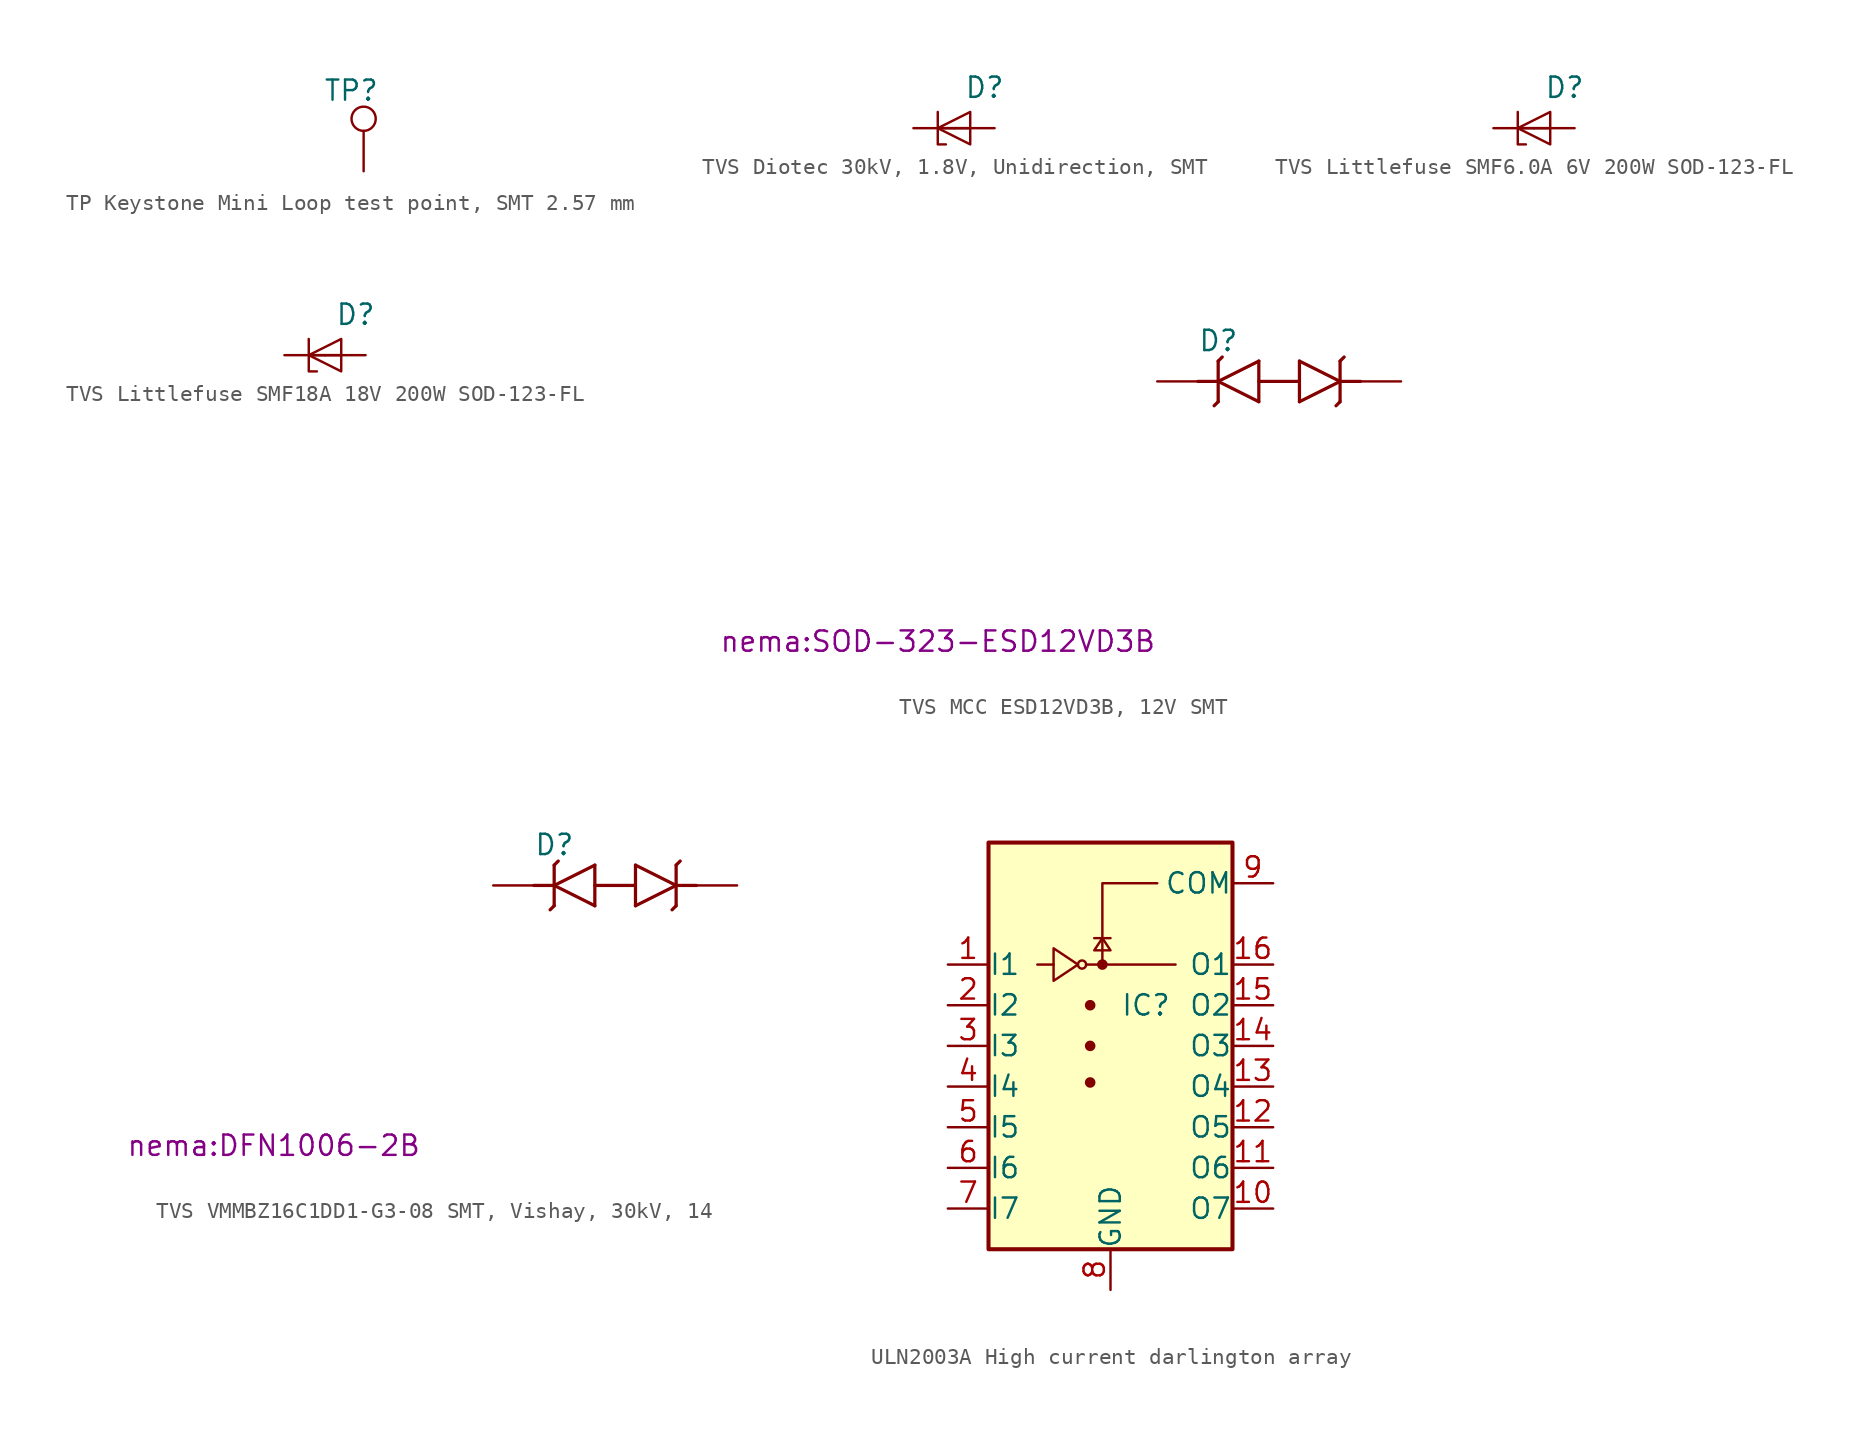
<source format=kicad_sym>
(kicad_symbol_lib
  (version 20241209)
  (generator "kicad_symbol_editor")
  (generator_version "9.0")
  (symbol "TP Keystone Mini Loop test point, SMT 2.57 mm"
    (pin_numbers
      (hide yes))
    (pin_names
      (offset 0)
      (hide yes))
    (property "Reference" "TP"
      (at -2.54 5.08 0)
      (effects (font (size 1.27 1.27)) (justify left)))
    (symbol "TP Keystone Mini Loop test point, SMT 2.57 mm_0_1"
      (circle (center 0 3.302) (radius 0.762) (stroke (width 0) (type default)) (fill (type none))))
    (symbol "TP Keystone Mini Loop test point, SMT 2.57 mm_1_1"
      (pin passive line (at 0 0 90) (length 2.54) (name "1" (effects (font (size 1.27 1.27)))) (number "1" (effects (font (size 1.27 1.27)))))))
  (symbol "TVS Diotec 30kV, 1.8V, Unidirection, SMT"
    (pin_numbers
      (hide yes))
    (pin_names
      (offset 0)
      (hide yes))
    (property "Reference" "D"
      (at 0.635 2.54 0)
      (effects (font (size 1.27 1.27)) (justify left)))
    (symbol "TVS Diotec 30kV, 1.8V, Unidirection, SMT_0_1"
      (polyline (pts (xy -1.016 1.016) (xy -1.016 -1.016) (xy -0.508 -1.016)) (stroke (width 0) (type default)) (fill (type none)))
      (polyline (pts (xy -1.016 0) (xy 1.016 0)) (stroke (width 0) (type default)) (fill (type none)))
      (polyline (pts (xy 1.016 1.016) (xy -1.016 0) (xy 1.016 -1.016) (xy 1.016 1.016)) (stroke (width 0) (type default)) (fill (type none))))
    (symbol "TVS Diotec 30kV, 1.8V, Unidirection, SMT_1_1"
      (pin passive line (at -2.54 0 0) (length 2.54) (name "C" (effects (font (size 1.27 1.27)))) (number "1" (effects (font (size 1.27 1.27)))))
      (pin passive line (at 2.54 0 180) (length 2.54) (name "A" (effects (font (size 1.27 1.27)))) (number "2" (effects (font (size 1.27 1.27)))))))
  (symbol "TVS Littlefuse SMF6.0A 6V 200W SOD-123-FL"
    (pin_numbers
      (hide yes))
    (pin_names
      (offset 0)
      (hide yes))
    (property "Reference" "D"
      (at 0.635 2.54 0)
      (effects (font (size 1.27 1.27)) (justify left)))
    (symbol "TVS Littlefuse SMF6.0A 6V 200W SOD-123-FL_0_1"
      (polyline (pts (xy -1.016 1.016) (xy -1.016 -1.016) (xy -0.508 -1.016)) (stroke (width 0) (type default)) (fill (type none)))
      (polyline (pts (xy -1.016 0) (xy 1.016 0)) (stroke (width 0) (type default)) (fill (type none)))
      (polyline (pts (xy 1.016 1.016) (xy -1.016 0) (xy 1.016 -1.016) (xy 1.016 1.016)) (stroke (width 0) (type default)) (fill (type none))))
    (symbol "TVS Littlefuse SMF6.0A 6V 200W SOD-123-FL_1_1"
      (pin passive line (at -2.54 0 0) (length 2.54) (name "C" (effects (font (size 1.27 1.27)))) (number "1" (effects (font (size 1.27 1.27)))))
      (pin passive line (at 2.54 0 180) (length 2.54) (name "A" (effects (font (size 1.27 1.27)))) (number "2" (effects (font (size 1.27 1.27)))))))
  (symbol "TVS Littlefuse SMF18A 18V 200W SOD-123-FL"
    (pin_numbers
      (hide yes))
    (pin_names
      (offset 0)
      (hide yes))
    (property "Reference" "D"
      (at 0.635 2.54 0)
      (effects (font (size 1.27 1.27)) (justify left)))
    (symbol "TVS Littlefuse SMF18A 18V 200W SOD-123-FL_0_1"
      (polyline (pts (xy -1.016 1.016) (xy -1.016 -1.016) (xy -0.508 -1.016)) (stroke (width 0) (type default)) (fill (type none)))
      (polyline (pts (xy -1.016 0) (xy 1.016 0)) (stroke (width 0) (type default)) (fill (type none)))
      (polyline (pts (xy 1.016 1.016) (xy -1.016 0) (xy 1.016 -1.016) (xy 1.016 1.016)) (stroke (width 0) (type default)) (fill (type none))))
    (symbol "TVS Littlefuse SMF18A 18V 200W SOD-123-FL_1_1"
      (pin passive line (at -2.54 0 0) (length 2.54) (name "C" (effects (font (size 1.27 1.27)))) (number "1" (effects (font (size 1.27 1.27)))))
      (pin passive line (at 2.54 0 180) (length 2.54) (name "A" (effects (font (size 1.27 1.27)))) (number "2" (effects (font (size 1.27 1.27)))))))
  (symbol "TVS MCC ESD12VD3B, 12V SMT"
    (pin_numbers
      (hide yes))
    (pin_names
      (offset 0)
      (hide yes))
    (property "Reference" "D"
      (at -5.08 2.54 0)
      (effects (font (size 1.27 1.27)) (justify left)))
    (property "Footprint" "nema:SOD-323-ESD12VD3B"
      (at -21.336 -16.256 0)
      (effects (font (size 1.27 1.27))))
    (symbol "TVS MCC ESD12VD3B, 12V SMT_1_1"
      (polyline (pts (xy -5.08 0) (xy -3.81 0)) (stroke (width 0.203) (type default)) (fill (type none)))
      (polyline (pts (xy -3.81 1.27) (xy -3.81 -1.27)) (stroke (width 0.203) (type default)) (fill (type none)))
      (polyline (pts (xy -3.81 1.27) (xy -3.556 1.524)) (stroke (width 0.203) (type default)) (fill (type none)))
      (polyline (pts (xy -3.81 0) (xy -1.27 -1.27)) (stroke (width 0.203) (type default)) (fill (type none)))
      (polyline (pts (xy -3.81 -1.27) (xy -4.064 -1.524)) (stroke (width 0.203) (type default)) (fill (type none)))
      (polyline (pts (xy -1.27 1.27) (xy -3.81 0)) (stroke (width 0.203) (type default)) (fill (type none)))
      (polyline (pts (xy -1.27 -1.27) (xy -1.27 1.27)) (stroke (width 0.203) (type default)) (fill (type none)))
      (polyline (pts (xy 1.27 1.27) (xy 1.27 -1.27)) (stroke (width 0.203) (type default)) (fill (type none)))
      (polyline (pts (xy 1.27 0) (xy -1.27 0)) (stroke (width 0.203) (type default)) (fill (type none)))
      (polyline (pts (xy 1.27 -1.27) (xy 3.81 0)) (stroke (width 0.203) (type default)) (fill (type none)))
      (polyline (pts (xy 3.81 1.27) (xy 4.064 1.524)) (stroke (width 0.203) (type default)) (fill (type none)))
      (polyline (pts (xy 3.81 0) (xy 1.27 1.27)) (stroke (width 0.203) (type default)) (fill (type none)))
      (polyline (pts (xy 3.81 0) (xy 5.08 0)) (stroke (width 0.203) (type default)) (fill (type none)))
      (polyline (pts (xy 3.81 -1.27) (xy 3.556 -1.524)) (stroke (width 0.203) (type default)) (fill (type none)))
      (polyline (pts (xy 3.81 -1.27) (xy 3.81 1.27)) (stroke (width 0.203) (type default)) (fill (type none)))
      (pin passive line (at -7.62 0 0) (length 2.54) (name "1" (effects (font (size 1.27 1.27)))) (number "1" (effects (font (size 1.27 1.27)))))
      (pin passive line (at 7.62 0 180) (length 2.54) (name "2" (effects (font (size 1.27 1.27)))) (number "2" (effects (font (size 1.27 1.27)))))))
  (symbol "TVS VMMBZ16C1DD1-G3-08 SMT, Vishay, 30kV, 14"
    (pin_numbers
      (hide yes))
    (pin_names
      (offset 0)
      (hide yes))
    (property "Reference" "D"
      (at -5.08 2.54 0)
      (effects (font (size 1.27 1.27)) (justify left)))
    (property "Footprint" "nema:DFN1006-2B"
      (at -21.336 -16.256 0)
      (effects (font (size 1.27 1.27))))
    (symbol "TVS VMMBZ16C1DD1-G3-08 SMT, Vishay, 30kV, 14_1_1"
      (polyline (pts (xy -5.08 0) (xy -3.81 0)) (stroke (width 0.203) (type default)) (fill (type none)))
      (polyline (pts (xy -3.81 1.27) (xy -3.81 -1.27)) (stroke (width 0.203) (type default)) (fill (type none)))
      (polyline (pts (xy -3.81 1.27) (xy -3.556 1.524)) (stroke (width 0.203) (type default)) (fill (type none)))
      (polyline (pts (xy -3.81 0) (xy -1.27 -1.27)) (stroke (width 0.203) (type default)) (fill (type none)))
      (polyline (pts (xy -3.81 -1.27) (xy -4.064 -1.524)) (stroke (width 0.203) (type default)) (fill (type none)))
      (polyline (pts (xy -1.27 1.27) (xy -3.81 0)) (stroke (width 0.203) (type default)) (fill (type none)))
      (polyline (pts (xy -1.27 -1.27) (xy -1.27 1.27)) (stroke (width 0.203) (type default)) (fill (type none)))
      (polyline (pts (xy 1.27 1.27) (xy 1.27 -1.27)) (stroke (width 0.203) (type default)) (fill (type none)))
      (polyline (pts (xy 1.27 0) (xy -1.27 0)) (stroke (width 0.203) (type default)) (fill (type none)))
      (polyline (pts (xy 1.27 -1.27) (xy 3.81 0)) (stroke (width 0.203) (type default)) (fill (type none)))
      (polyline (pts (xy 3.81 1.27) (xy 4.064 1.524)) (stroke (width 0.203) (type default)) (fill (type none)))
      (polyline (pts (xy 3.81 0) (xy 1.27 1.27)) (stroke (width 0.203) (type default)) (fill (type none)))
      (polyline (pts (xy 3.81 0) (xy 5.08 0)) (stroke (width 0.203) (type default)) (fill (type none)))
      (polyline (pts (xy 3.81 -1.27) (xy 3.556 -1.524)) (stroke (width 0.203) (type default)) (fill (type none)))
      (polyline (pts (xy 3.81 -1.27) (xy 3.81 1.27)) (stroke (width 0.203) (type default)) (fill (type none)))
      (pin passive line (at -7.62 0 0) (length 2.54) (name "1" (effects (font (size 1.27 1.27)))) (number "1" (effects (font (size 1.27 1.27)))))
      (pin passive line (at 7.62 0 180) (length 2.54) (name "2" (effects (font (size 1.27 1.27)))) (number "2" (effects (font (size 1.27 1.27)))))))
  (symbol "ULN2003A High current darlington array"
    (pin_names
      (offset 0.002))
    (property "Reference" "IC"
      (at 0.635 2.54 0)
      (effects (font (size 1.27 1.27)) (justify left)))
    (symbol "ULN2003A High current darlington array_0_1"
      (rectangle (start -7.62 -12.7) (end 7.62 12.7) (stroke (width 0.254) (type default)) (fill (type background)))
      (polyline (pts (xy -4.572 5.08) (xy -3.556 5.08)) (stroke (width 0) (type default)) (fill (type none)))
      (polyline (pts (xy -3.556 6.096) (xy -3.556 4.064) (xy -2.032 5.08) (xy -3.556 6.096)) (stroke (width 0) (type default)) (fill (type none)))
      (circle (center -1.778 5.08) (radius 0.254) (stroke (width 0) (type default)) (fill (type none)))
      (polyline (pts (xy -1.524 5.08) (xy 4.064 5.08)) (stroke (width 0) (type default)) (fill (type none)))
      (circle (center -1.27 2.54) (radius 0.254) (stroke (width 0) (type default)) (fill (type outline)))
      (circle (center -1.27 0) (radius 0.254) (stroke (width 0) (type default)) (fill (type outline)))
      (circle (center -1.27 -2.286) (radius 0.254) (stroke (width 0) (type default)) (fill (type outline)))
      (circle (center -0.508 5.08) (radius 0.254) (stroke (width 0) (type default)) (fill (type outline)))
      (polyline (pts (xy -0.508 5.08) (xy -0.508 10.16) (xy 2.921 10.16)) (stroke (width 0) (type default)) (fill (type none)))
      (polyline (pts (xy 0 6.731) (xy -1.016 6.731)) (stroke (width 0) (type default)) (fill (type none)))
      (polyline (pts (xy 0 5.969) (xy -1.016 5.969) (xy -0.508 6.731) (xy 0 5.969)) (stroke (width 0) (type default)) (fill (type none))))
    (symbol "ULN2003A High current darlington array_1_1"
      (pin input line (at -10.16 5.08 0) (length 2.54) (name "I1" (effects (font (size 1.27 1.27)))) (number "1" (effects (font (size 1.27 1.27)))))
      (pin input line (at -10.16 2.54 0) (length 2.54) (name "I2" (effects (font (size 1.27 1.27)))) (number "2" (effects (font (size 1.27 1.27)))))
      (pin input line (at -10.16 0 0) (length 2.54) (name "I3" (effects (font (size 1.27 1.27)))) (number "3" (effects (font (size 1.27 1.27)))))
      (pin input line (at -10.16 -2.54 0) (length 2.54) (name "I4" (effects (font (size 1.27 1.27)))) (number "4" (effects (font (size 1.27 1.27)))))
      (pin input line (at -10.16 -5.08 0) (length 2.54) (name "I5" (effects (font (size 1.27 1.27)))) (number "5" (effects (font (size 1.27 1.27)))))
      (pin input line (at -10.16 -7.62 0) (length 2.54) (name "I6" (effects (font (size 1.27 1.27)))) (number "6" (effects (font (size 1.27 1.27)))))
      (pin input line (at -10.16 -10.16 0) (length 2.54) (name "I7" (effects (font (size 1.27 1.27)))) (number "7" (effects (font (size 1.27 1.27)))))
      (pin power_in line (at 0 -15.24 90) (length 2.54) (name "GND" (effects (font (size 1.27 1.27)))) (number "8" (effects (font (size 1.27 1.27)))))
      (pin passive line (at 10.16 10.16 180) (length 2.54) (name "COM" (effects (font (size 1.27 1.27)))) (number "9" (effects (font (size 1.27 1.27)))))
      (pin open_collector line (at 10.16 5.08 180) (length 2.54) (name "O1" (effects (font (size 1.27 1.27)))) (number "16" (effects (font (size 1.27 1.27)))))
      (pin open_collector line (at 10.16 2.54 180) (length 2.54) (name "O2" (effects (font (size 1.27 1.27)))) (number "15" (effects (font (size 1.27 1.27)))))
      (pin open_collector line (at 10.16 0 180) (length 2.54) (name "O3" (effects (font (size 1.27 1.27)))) (number "14" (effects (font (size 1.27 1.27)))))
      (pin open_collector line (at 10.16 -2.54 180) (length 2.54) (name "O4" (effects (font (size 1.27 1.27)))) (number "13" (effects (font (size 1.27 1.27)))))
      (pin open_collector line (at 10.16 -5.08 180) (length 2.54) (name "O5" (effects (font (size 1.27 1.27)))) (number "12" (effects (font (size 1.27 1.27)))))
      (pin open_collector line (at 10.16 -7.62 180) (length 2.54) (name "O6" (effects (font (size 1.27 1.27)))) (number "11" (effects (font (size 1.27 1.27)))))
      (pin open_collector line (at 10.16 -10.16 180) (length 2.54) (name "O7" (effects (font (size 1.27 1.27)))) (number "10" (effects (font (size 1.27 1.27))))))))
</source>
